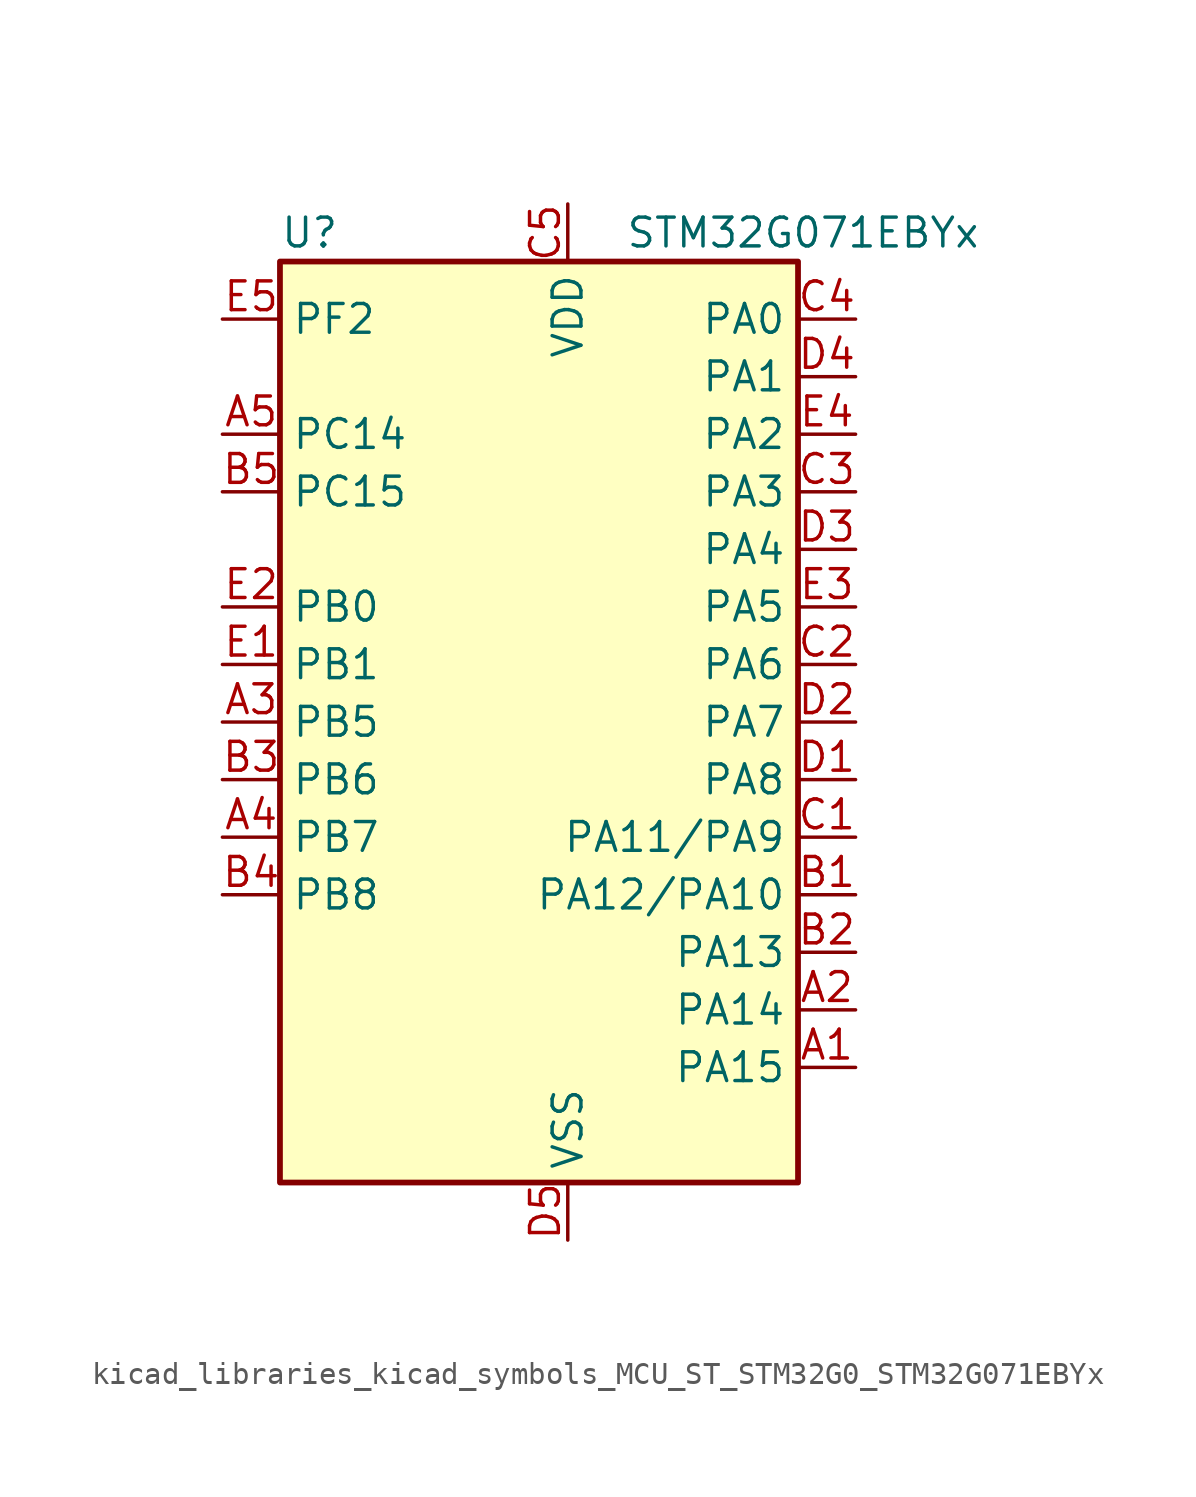
<source format=kicad_sym>
(kicad_symbol_lib
  (version 20220914)
  (generator kicad_symbol_editor)
  (symbol "kicad_libraries_kicad_symbols_MCU_ST_STM32G0_STM32G071EBYx"
    (property "Reference" "U"
      (at -10.16 21.59 0)
      (effects (font (size 1.27 1.27)) (justify left)))
    (property "Value" "STM32G071EBYx"
      (at 5.08 21.59 0)
      (effects (font (size 1.27 1.27)) (justify left)))
    (property "ki_locked" ""
      (at 0 0 0)
      (effects (font (size 1.27 1.27))))
    (symbol "kicad_libraries_kicad_symbols_MCU_ST_STM32G0_STM32G071EBYx_0_1"
      (rectangle (start -10.16 -20.32) (end 12.7 20.32) (stroke (width 0.254) (type default)) (fill (type background))))
    (symbol "kicad_libraries_kicad_symbols_MCU_ST_STM32G0_STM32G071EBYx_1_1"
      (pin bidirectional line (at 15.24 -15.24 180) (length 2.54) (name "PA15" (effects (font (size 1.27 1.27)))) (number "A1" (effects (font (size 1.27 1.27)))) (alternate "I2S1_WS" bidirectional line) (alternate "SPI1_NSS" bidirectional line) (alternate "TIM2_CH1" bidirectional line) (alternate "TIM2_ETR" bidirectional line) (alternate "USART2_RX" bidirectional line) (alternate "USART3_CK" bidirectional line) (alternate "USART3_DE" bidirectional line) (alternate "USART3_RTS" bidirectional line) (alternate "USART4_CK" bidirectional line) (alternate "USART4_DE" bidirectional line) (alternate "USART4_RTS" bidirectional line))
      (pin bidirectional line (at 15.24 -12.7 180) (length 2.54) (name "PA14" (effects (font (size 1.27 1.27)))) (number "A2" (effects (font (size 1.27 1.27)))) (alternate "SYS_SWCLK" bidirectional line) (alternate "USART2_TX" bidirectional line))
      (pin bidirectional line (at -12.7 0 0) (length 2.54) (name "PB5" (effects (font (size 1.27 1.27)))) (number "A3" (effects (font (size 1.27 1.27)))) (alternate "COMP2_OUT" bidirectional line) (alternate "I2C1_SMBA" bidirectional line) (alternate "I2S1_SD" bidirectional line) (alternate "LPTIM1_IN1" bidirectional line) (alternate "SPI1_MOSI" bidirectional line) (alternate "SYS_WKUP6" bidirectional line) (alternate "TIM16_BK" bidirectional line) (alternate "TIM3_CH2" bidirectional line))
      (pin bidirectional line (at -12.7 -5.08 0) (length 2.54) (name "PB7" (effects (font (size 1.27 1.27)))) (number "A4" (effects (font (size 1.27 1.27)))) (alternate "COMP2_INM" bidirectional line) (alternate "I2C1_SDA" bidirectional line) (alternate "LPTIM1_IN2" bidirectional line) (alternate "SPI2_MOSI" bidirectional line) (alternate "SYS_PVD_IN" bidirectional line) (alternate "TIM17_CH1N" bidirectional line) (alternate "USART1_RX" bidirectional line) (alternate "USART4_CTS" bidirectional line) (alternate "USART4_NSS" bidirectional line))
      (pin bidirectional line (at -12.7 12.7 0) (length 2.54) (name "PC14" (effects (font (size 1.27 1.27)))) (number "A5" (effects (font (size 1.27 1.27)))) (alternate "RCC_OSC32_IN" bidirectional line) (alternate "RCC_OSC_IN" bidirectional line) (alternate "TIM1_BK2" bidirectional line))
      (pin bidirectional line (at 15.24 -7.62 180) (length 2.54) (name "PA12/PA10" (effects (font (size 1.27 1.27)))) (number "B1" (effects (font (size 1.27 1.27)))) (alternate "COMP2_OUT" bidirectional line) (alternate "I2C2_SDA" bidirectional line) (alternate "I2S1_SD" bidirectional line) (alternate "I2S_CKIN" bidirectional line) (alternate "SPI1_MOSI" bidirectional line) (alternate "TIM1_ETR" bidirectional line) (alternate "USART1_CK" bidirectional line) (alternate "USART1_DE" bidirectional line) (alternate "USART1_RTS" bidirectional line))
      (pin bidirectional line (at 15.24 -10.16 180) (length 2.54) (name "PA13" (effects (font (size 1.27 1.27)))) (number "B2" (effects (font (size 1.27 1.27)))) (alternate "IR_OUT" bidirectional line) (alternate "SYS_SWDIO" bidirectional line))
      (pin bidirectional line (at -12.7 -2.54 0) (length 2.54) (name "PB6" (effects (font (size 1.27 1.27)))) (number "B3" (effects (font (size 1.27 1.27)))) (alternate "COMP2_INP" bidirectional line) (alternate "I2C1_SCL" bidirectional line) (alternate "LPTIM1_ETR" bidirectional line) (alternate "SPI2_MISO" bidirectional line) (alternate "TIM16_CH1N" bidirectional line) (alternate "TIM1_CH3" bidirectional line) (alternate "USART1_TX" bidirectional line))
      (pin bidirectional line (at -12.7 -7.62 0) (length 2.54) (name "PB8" (effects (font (size 1.27 1.27)))) (number "B4" (effects (font (size 1.27 1.27)))) (alternate "CEC" bidirectional line) (alternate "I2C1_SCL" bidirectional line) (alternate "SPI2_SCK" bidirectional line) (alternate "TIM15_BK" bidirectional line) (alternate "TIM16_CH1" bidirectional line) (alternate "USART3_TX" bidirectional line))
      (pin bidirectional line (at -12.7 10.16 0) (length 2.54) (name "PC15" (effects (font (size 1.27 1.27)))) (number "B5" (effects (font (size 1.27 1.27)))) (alternate "RCC_OSC32_EN" bidirectional line) (alternate "RCC_OSC32_OUT" bidirectional line) (alternate "RCC_OSC_EN" bidirectional line) (alternate "TIM15_BK" bidirectional line))
      (pin bidirectional line (at 15.24 -5.08 180) (length 2.54) (name "PA11/PA9" (effects (font (size 1.27 1.27)))) (number "C1" (effects (font (size 1.27 1.27)))) (alternate "ADC1_EXTI11" bidirectional line) (alternate "COMP1_OUT" bidirectional line) (alternate "I2C2_SCL" bidirectional line) (alternate "I2S1_MCK" bidirectional line) (alternate "SPI1_MISO" bidirectional line) (alternate "TIM1_BK2" bidirectional line) (alternate "TIM1_CH4" bidirectional line) (alternate "USART1_CTS" bidirectional line) (alternate "USART1_NSS" bidirectional line))
      (pin bidirectional line (at 15.24 2.54 180) (length 2.54) (name "PA6" (effects (font (size 1.27 1.27)))) (number "C2" (effects (font (size 1.27 1.27)))) (alternate "ADC1_IN6" bidirectional line) (alternate "COMP1_OUT" bidirectional line) (alternate "I2S1_MCK" bidirectional line) (alternate "LPUART1_CTS" bidirectional line) (alternate "SPI1_MISO" bidirectional line) (alternate "TIM16_CH1" bidirectional line) (alternate "TIM1_BK" bidirectional line) (alternate "TIM3_CH1" bidirectional line) (alternate "USART3_CTS" bidirectional line) (alternate "USART3_NSS" bidirectional line))
      (pin bidirectional line (at 15.24 10.16 180) (length 2.54) (name "PA3" (effects (font (size 1.27 1.27)))) (number "C3" (effects (font (size 1.27 1.27)))) (alternate "ADC1_IN3" bidirectional line) (alternate "COMP2_INP" bidirectional line) (alternate "LPUART1_RX" bidirectional line) (alternate "SPI2_MISO" bidirectional line) (alternate "TIM15_CH2" bidirectional line) (alternate "TIM2_CH4" bidirectional line) (alternate "USART2_RX" bidirectional line))
      (pin bidirectional line (at 15.24 17.78 180) (length 2.54) (name "PA0" (effects (font (size 1.27 1.27)))) (number "C4" (effects (font (size 1.27 1.27)))) (alternate "ADC1_IN0" bidirectional line) (alternate "COMP1_INM" bidirectional line) (alternate "COMP1_OUT" bidirectional line) (alternate "LPTIM1_OUT" bidirectional line) (alternate "RTC_TAMP_IN2" bidirectional line) (alternate "SPI2_SCK" bidirectional line) (alternate "SYS_WKUP1" bidirectional line) (alternate "TIM2_CH1" bidirectional line) (alternate "TIM2_ETR" bidirectional line) (alternate "USART2_CTS" bidirectional line) (alternate "USART2_NSS" bidirectional line) (alternate "USART4_TX" bidirectional line))
      (pin power_in line (at 2.54 22.86 270) (length 2.54) (name "VDD" (effects (font (size 1.27 1.27)))) (number "C5" (effects (font (size 1.27 1.27)))))
      (pin bidirectional line (at 15.24 -2.54 180) (length 2.54) (name "PA8" (effects (font (size 1.27 1.27)))) (number "D1" (effects (font (size 1.27 1.27)))) (alternate "LPTIM2_OUT" bidirectional line) (alternate "RCC_MCO" bidirectional line) (alternate "SPI2_NSS" bidirectional line) (alternate "TIM1_CH1" bidirectional line) (alternate "UCPD1_CC1" bidirectional line))
      (pin bidirectional line (at 15.24 0 180) (length 2.54) (name "PA7" (effects (font (size 1.27 1.27)))) (number "D2" (effects (font (size 1.27 1.27)))) (alternate "ADC1_IN7" bidirectional line) (alternate "COMP2_OUT" bidirectional line) (alternate "I2S1_SD" bidirectional line) (alternate "SPI1_MOSI" bidirectional line) (alternate "TIM14_CH1" bidirectional line) (alternate "TIM17_CH1" bidirectional line) (alternate "TIM1_CH1N" bidirectional line) (alternate "TIM3_CH2" bidirectional line) (alternate "UCPD1_FRSTX1" bidirectional line) (alternate "UCPD1_FRSTX2" bidirectional line))
      (pin bidirectional line (at 15.24 7.62 180) (length 2.54) (name "PA4" (effects (font (size 1.27 1.27)))) (number "D3" (effects (font (size 1.27 1.27)))) (alternate "ADC1_IN4" bidirectional line) (alternate "DAC1_OUT1" bidirectional line) (alternate "I2S1_WS" bidirectional line) (alternate "LPTIM2_OUT" bidirectional line) (alternate "RTC_OUT_ALARM" bidirectional line) (alternate "RTC_OUT_CALIB" bidirectional line) (alternate "RTC_TAMP_IN1" bidirectional line) (alternate "RTC_TS" bidirectional line) (alternate "SPI1_NSS" bidirectional line) (alternate "SPI2_MOSI" bidirectional line) (alternate "SYS_WKUP2" bidirectional line) (alternate "TIM14_CH1" bidirectional line))
      (pin bidirectional line (at 15.24 15.24 180) (length 2.54) (name "PA1" (effects (font (size 1.27 1.27)))) (number "D4" (effects (font (size 1.27 1.27)))) (alternate "ADC1_IN1" bidirectional line) (alternate "COMP1_INP" bidirectional line) (alternate "I2C1_SMBA" bidirectional line) (alternate "I2S1_CK" bidirectional line) (alternate "SPI1_SCK" bidirectional line) (alternate "TIM15_CH1N" bidirectional line) (alternate "TIM2_CH2" bidirectional line) (alternate "USART2_CK" bidirectional line) (alternate "USART2_DE" bidirectional line) (alternate "USART2_RTS" bidirectional line) (alternate "USART4_RX" bidirectional line))
      (pin power_in line (at 2.54 -22.86 90) (length 2.54) (name "VSS" (effects (font (size 1.27 1.27)))) (number "D5" (effects (font (size 1.27 1.27)))))
      (pin bidirectional line (at -12.7 2.54 0) (length 2.54) (name "PB1" (effects (font (size 1.27 1.27)))) (number "E1" (effects (font (size 1.27 1.27)))) (alternate "ADC1_IN9" bidirectional line) (alternate "COMP1_INM" bidirectional line) (alternate "LPTIM2_IN1" bidirectional line) (alternate "LPUART1_DE" bidirectional line) (alternate "LPUART1_RTS" bidirectional line) (alternate "TIM14_CH1" bidirectional line) (alternate "TIM1_CH3N" bidirectional line) (alternate "TIM3_CH4" bidirectional line) (alternate "USART3_CK" bidirectional line) (alternate "USART3_DE" bidirectional line) (alternate "USART3_RTS" bidirectional line))
      (pin bidirectional line (at -12.7 5.08 0) (length 2.54) (name "PB0" (effects (font (size 1.27 1.27)))) (number "E2" (effects (font (size 1.27 1.27)))) (alternate "ADC1_IN8" bidirectional line) (alternate "COMP1_OUT" bidirectional line) (alternate "I2S1_WS" bidirectional line) (alternate "LPTIM1_OUT" bidirectional line) (alternate "SPI1_NSS" bidirectional line) (alternate "TIM1_CH2N" bidirectional line) (alternate "TIM3_CH3" bidirectional line) (alternate "UCPD1_FRSTX1" bidirectional line) (alternate "UCPD1_FRSTX2" bidirectional line) (alternate "USART3_RX" bidirectional line))
      (pin bidirectional line (at 15.24 5.08 180) (length 2.54) (name "PA5" (effects (font (size 1.27 1.27)))) (number "E3" (effects (font (size 1.27 1.27)))) (alternate "ADC1_IN5" bidirectional line) (alternate "CEC" bidirectional line) (alternate "DAC1_OUT2" bidirectional line) (alternate "I2S1_CK" bidirectional line) (alternate "LPTIM2_ETR" bidirectional line) (alternate "SPI1_SCK" bidirectional line) (alternate "TIM2_CH1" bidirectional line) (alternate "TIM2_ETR" bidirectional line) (alternate "UCPD1_FRSTX1" bidirectional line) (alternate "UCPD1_FRSTX2" bidirectional line) (alternate "USART3_TX" bidirectional line))
      (pin bidirectional line (at 15.24 12.7 180) (length 2.54) (name "PA2" (effects (font (size 1.27 1.27)))) (number "E4" (effects (font (size 1.27 1.27)))) (alternate "ADC1_IN2" bidirectional line) (alternate "COMP2_INM" bidirectional line) (alternate "COMP2_OUT" bidirectional line) (alternate "I2S1_SD" bidirectional line) (alternate "LPUART1_TX" bidirectional line) (alternate "RCC_LSCO" bidirectional line) (alternate "SPI1_MOSI" bidirectional line) (alternate "SYS_WKUP4" bidirectional line) (alternate "TIM15_CH1" bidirectional line) (alternate "TIM2_CH3" bidirectional line) (alternate "UCPD1_FRSTX1" bidirectional line) (alternate "UCPD1_FRSTX2" bidirectional line) (alternate "USART2_TX" bidirectional line))
      (pin bidirectional line (at -12.7 17.78 0) (length 2.54) (name "PF2" (effects (font (size 1.27 1.27)))) (number "E5" (effects (font (size 1.27 1.27)))) (alternate "RCC_MCO" bidirectional line)))))
</source>
